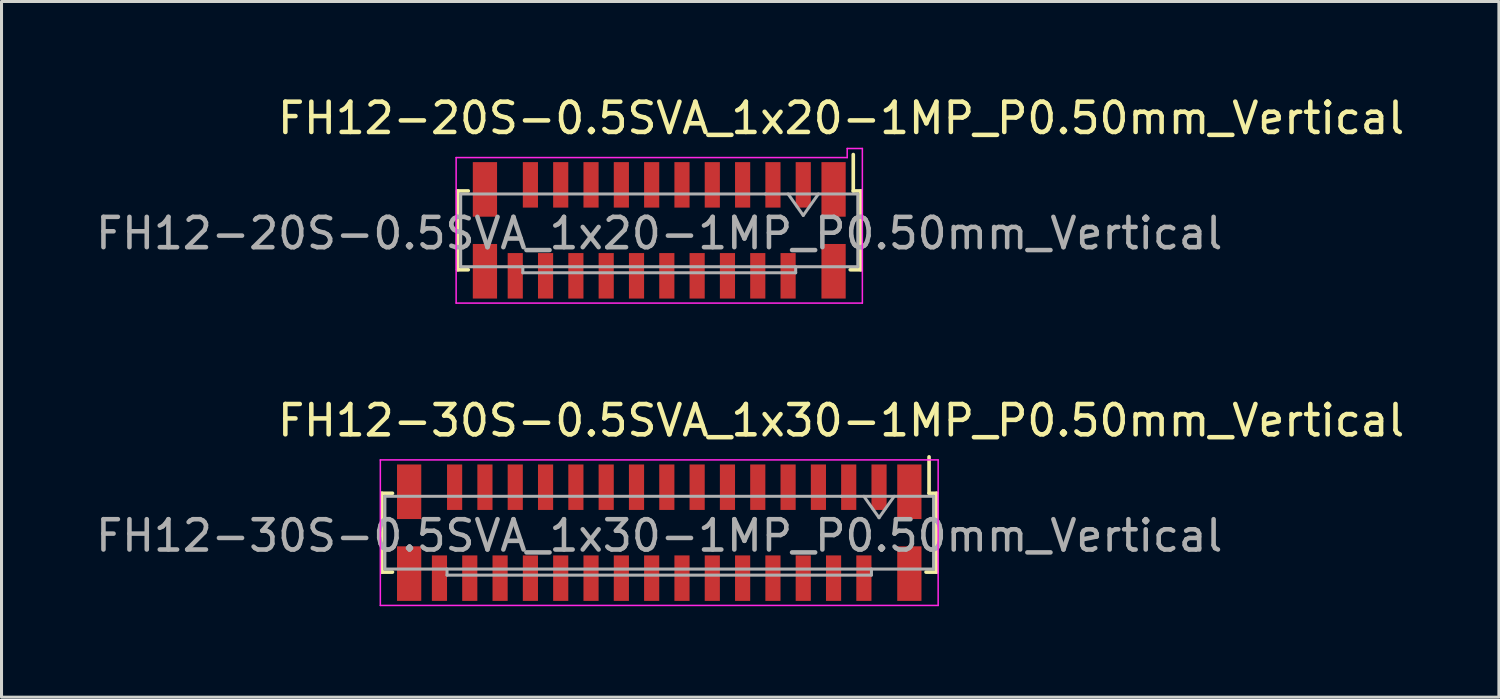
<source format=kicad_pcb>
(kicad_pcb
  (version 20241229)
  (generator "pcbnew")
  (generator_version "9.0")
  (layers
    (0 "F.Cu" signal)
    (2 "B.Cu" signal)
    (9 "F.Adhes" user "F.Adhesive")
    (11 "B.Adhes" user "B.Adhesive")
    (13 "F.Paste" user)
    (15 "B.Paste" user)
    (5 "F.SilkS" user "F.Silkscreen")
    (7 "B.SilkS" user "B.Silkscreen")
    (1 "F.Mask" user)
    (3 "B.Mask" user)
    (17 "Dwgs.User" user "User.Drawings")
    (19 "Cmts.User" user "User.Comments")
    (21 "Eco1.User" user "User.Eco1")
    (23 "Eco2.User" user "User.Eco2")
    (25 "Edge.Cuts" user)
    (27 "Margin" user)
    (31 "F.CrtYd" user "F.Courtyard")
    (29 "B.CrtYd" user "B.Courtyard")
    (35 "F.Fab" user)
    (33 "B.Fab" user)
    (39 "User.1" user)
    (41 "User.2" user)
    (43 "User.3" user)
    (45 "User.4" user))
  (footprint "FH12-30S-0.5SVA_1x30-1MP_P0.50mm_Vertical"
    (layer "F.Cu")
    (at 18.696 14.521)
    (property "Reference" "FH12-30S-0.5SVA_1x30-1MP_P0.50mm_Vertical" (at 6 -3.7 0) (layer "F.SilkS") (effects (font (size 1 1) (thickness 0.15))))
    (attr smd)
    (fp_line (start -9.15 -1.3) (end -9.15 1.3) (stroke (width 0.12) (type solid)) (layer "F.SilkS"))
    (fp_line (start -8.8 -1.3) (end -9.15 -1.3) (stroke (width 0.12) (type solid)) (layer "F.SilkS"))
    (fp_line (start -8.8 1.3) (end -9.15 1.3) (stroke (width 0.12) (type solid)) (layer "F.SilkS"))
    (fp_line (start 8.8 1.3) (end 9.15 1.3) (stroke (width 0.12) (type solid)) (layer "F.SilkS"))
    (fp_line (start 8.9 -1.3) (end 8.9 -2.5) (stroke (width 0.12) (type solid)) (layer "F.SilkS"))
    (fp_line (start 8.9 -1.3) (end 9.15 -1.3) (stroke (width 0.12) (type solid)) (layer "F.SilkS"))
    (fp_line (start 9.15 -1.3) (end 9.15 0.04) (stroke (width 0.12) (type solid)) (layer "F.SilkS"))
    (fp_line (start 9.15 1.3) (end 9.15 -0.04) (stroke (width 0.12) (type solid)) (layer "F.SilkS"))
    (fp_line (start -9.2 -2.4) (end -9.2 2.4) (stroke (width 0.05) (type solid)) (layer "F.CrtYd"))
    (fp_line (start 9.2 -2.4) (end -9.2 -2.4) (stroke (width 0.05) (type solid)) (layer "F.CrtYd"))
    (fp_line (start 9.2 2.4) (end -9.2 2.4) (stroke (width 0.05) (type solid)) (layer "F.CrtYd"))
    (fp_line (start 9.2 2.4) (end 9.2 -2.4) (stroke (width 0.05) (type solid)) (layer "F.CrtYd"))
    (fp_line (start -9.05 -1.2) (end -9.05 1.2) (stroke (width 0.1) (type solid)) (layer "F.Fab"))
    (fp_line (start -7 1.2) (end -7 1.4) (stroke (width 0.1) (type solid)) (layer "F.Fab"))
    (fp_line (start -7 1.4) (end 7 1.4) (stroke (width 0.1) (type solid)) (layer "F.Fab"))
    (fp_line (start 6 -1.2) (end -9.05 -1.2) (stroke (width 0.1) (type solid)) (layer "F.Fab"))
    (fp_line (start 6 -1.2) (end 9.05 -1.2) (stroke (width 0.1) (type solid)) (layer "F.Fab"))
    (fp_line (start 6.75 -1.2) (end 7.25 -0.493) (stroke (width 0.1) (type solid)) (layer "F.Fab"))
    (fp_line (start 7 1.2) (end 7 1.4) (stroke (width 0.1) (type solid)) (layer "F.Fab"))
    (fp_line (start 7.25 -0.493) (end 7.75 -1.2) (stroke (width 0.1) (type solid)) (layer "F.Fab"))
    (fp_line (start 9.05 -1.2) (end 9.05 1.2) (stroke (width 0.1) (type solid)) (layer "F.Fab"))
    (fp_line (start 9.05 1.2) (end -9.05 1.2) (stroke (width 0.1) (type solid)) (layer "F.Fab"))
    (fp_text user "${REFERENCE}" (at 0 0.1 0) (layer "F.Fab") (effects (font (size 1 1) (thickness 0.15))))
    (pad "1" smd rect (at 7.25 -1.5) (size 0.5 1.5) (layers "F.Cu" "F.Mask" "F.Paste"))
    (pad "2" smd rect (at 6.75 1.5) (size 0.5 1.5) (layers "F.Cu" "F.Mask" "F.Paste"))
    (pad "3" smd rect (at 6.25 -1.5) (size 0.5 1.5) (layers "F.Cu" "F.Mask" "F.Paste"))
    (pad "4" smd rect (at 5.75 1.5) (size 0.5 1.5) (layers "F.Cu" "F.Mask" "F.Paste"))
    (pad "5" smd rect (at 5.25 -1.5) (size 0.5 1.5) (layers "F.Cu" "F.Mask" "F.Paste"))
    (pad "6" smd rect (at 4.75 1.5) (size 0.5 1.5) (layers "F.Cu" "F.Mask" "F.Paste"))
    (pad "7" smd rect (at 4.25 -1.5) (size 0.5 1.5) (layers "F.Cu" "F.Mask" "F.Paste"))
    (pad "8" smd rect (at 3.75 1.5) (size 0.5 1.5) (layers "F.Cu" "F.Mask" "F.Paste"))
    (pad "9" smd rect (at 3.25 -1.5) (size 0.5 1.5) (layers "F.Cu" "F.Mask" "F.Paste"))
    (pad "10" smd rect (at 2.75 1.5) (size 0.5 1.5) (layers "F.Cu" "F.Mask" "F.Paste"))
    (pad "11" smd rect (at 2.25 -1.5) (size 0.5 1.5) (layers "F.Cu" "F.Mask" "F.Paste"))
    (pad "12" smd rect (at 1.75 1.5) (size 0.5 1.5) (layers "F.Cu" "F.Mask" "F.Paste"))
    (pad "13" smd rect (at 1.25 -1.5) (size 0.5 1.5) (layers "F.Cu" "F.Mask" "F.Paste"))
    (pad "14" smd rect (at 0.75 1.5) (size 0.5 1.5) (layers "F.Cu" "F.Mask" "F.Paste"))
    (pad "15" smd rect (at 0.25 -1.5) (size 0.5 1.5) (layers "F.Cu" "F.Mask" "F.Paste"))
    (pad "16" smd rect (at -0.25 1.5) (size 0.5 1.5) (layers "F.Cu" "F.Mask" "F.Paste"))
    (pad "17" smd rect (at -0.75 -1.5) (size 0.5 1.5) (layers "F.Cu" "F.Mask" "F.Paste"))
    (pad "18" smd rect (at -1.25 1.5) (size 0.5 1.5) (layers "F.Cu" "F.Mask" "F.Paste"))
    (pad "19" smd rect (at -1.75 -1.5) (size 0.5 1.5) (layers "F.Cu" "F.Mask" "F.Paste"))
    (pad "20" smd rect (at -2.25 1.5) (size 0.5 1.5) (layers "F.Cu" "F.Mask" "F.Paste"))
    (pad "21" smd rect (at -2.75 -1.5) (size 0.5 1.5) (layers "F.Cu" "F.Mask" "F.Paste"))
    (pad "22" smd rect (at -3.25 1.5) (size 0.5 1.5) (layers "F.Cu" "F.Mask" "F.Paste"))
    (pad "23" smd rect (at -3.75 -1.5) (size 0.5 1.5) (layers "F.Cu" "F.Mask" "F.Paste"))
    (pad "24" smd rect (at -4.25 1.5) (size 0.5 1.5) (layers "F.Cu" "F.Mask" "F.Paste"))
    (pad "25" smd rect (at -4.75 -1.5) (size 0.5 1.5) (layers "F.Cu" "F.Mask" "F.Paste"))
    (pad "26" smd rect (at -5.25 1.5) (size 0.5 1.5) (layers "F.Cu" "F.Mask" "F.Paste"))
    (pad "27" smd rect (at -5.75 -1.5) (size 0.5 1.5) (layers "F.Cu" "F.Mask" "F.Paste"))
    (pad "28" smd rect (at -6.25 1.5) (size 0.5 1.5) (layers "F.Cu" "F.Mask" "F.Paste"))
    (pad "29" smd rect (at -6.75 -1.5) (size 0.5 1.5) (layers "F.Cu" "F.Mask" "F.Paste"))
    (pad "30" smd rect (at -7.25 1.5) (size 0.5 1.5) (layers "F.Cu" "F.Mask" "F.Paste"))
    (pad "MP" smd rect (at -8.25 -1.35) (size 0.8 1.8) (layers "F.Cu" "F.Mask" "F.Paste"))
    (pad "MP" smd rect (at -8.25 1.35) (size 0.8 1.8) (layers "F.Cu" "F.Mask" "F.Paste"))
    (pad "MP" smd rect (at 8.25 -1.35 180) (size 0.8 1.8) (layers "F.Cu" "F.Mask" "F.Paste"))
    (pad "MP" smd rect (at 8.25 1.35 180) (size 0.8 1.8) (layers "F.Cu" "F.Mask" "F.Paste")))
  (footprint "FH12-20S-0.5SVA_1x20-1MP_P0.50mm_Vertical"
    (layer "F.Cu")
    (at 18.696 4.548)
    (property "Reference" "FH12-20S-0.5SVA_1x20-1MP_P0.50mm_Vertical" (at 6 -3.7 0) (layer "F.SilkS") (effects (font (size 1 1) (thickness 0.15))))
    (attr smd)
    (fp_line (start -6.65 -1.3) (end -6.65 1.3) (stroke (width 0.12) (type solid)) (layer "F.SilkS"))
    (fp_line (start -6.3 -1.3) (end -6.65 -1.3) (stroke (width 0.12) (type solid)) (layer "F.SilkS"))
    (fp_line (start -6.3 1.3) (end -6.65 1.3) (stroke (width 0.12) (type solid)) (layer "F.SilkS"))
    (fp_line (start 6.3 1.3) (end 6.65 1.3) (stroke (width 0.12) (type solid)) (layer "F.SilkS"))
    (fp_line (start 6.4 -1.3) (end 6.4 -2.5) (stroke (width 0.12) (type solid)) (layer "F.SilkS"))
    (fp_line (start 6.4 -1.3) (end 6.65 -1.3) (stroke (width 0.12) (type solid)) (layer "F.SilkS"))
    (fp_line (start 6.65 -1.3) (end 6.65 0.04) (stroke (width 0.12) (type solid)) (layer "F.SilkS"))
    (fp_line (start 6.65 1.3) (end 6.65 -0.04) (stroke (width 0.12) (type solid)) (layer "F.SilkS"))
    (fp_line (start -6.7 -2.4) (end -6.7 2.4) (stroke (width 0.05) (type solid)) (layer "F.CrtYd"))
    (fp_line (start 6.2 -2.4) (end -6.7 -2.4) (stroke (width 0.05) (type solid)) (layer "F.CrtYd"))
    (fp_line (start 6.2 -2.4) (end 6.2 -2.7) (stroke (width 0.05) (type solid)) (layer "F.CrtYd"))
    (fp_line (start 6.7 -2.7) (end 6.2 -2.7) (stroke (width 0.05) (type solid)) (layer "F.CrtYd"))
    (fp_line (start 6.7 2.4) (end -6.7 2.4) (stroke (width 0.05) (type solid)) (layer "F.CrtYd"))
    (fp_line (start 6.7 2.4) (end 6.7 -2.7) (stroke (width 0.05) (type solid)) (layer "F.CrtYd"))
    (fp_line (start -6.55 -1.2) (end -6.55 1.2) (stroke (width 0.1) (type solid)) (layer "F.Fab"))
    (fp_line (start -4.5 1.2) (end -4.5 1.4) (stroke (width 0.1) (type solid)) (layer "F.Fab"))
    (fp_line (start -4.5 1.4) (end 4.5 1.4) (stroke (width 0.1) (type solid)) (layer "F.Fab"))
    (fp_line (start 3.5 -1.2) (end -6.55 -1.2) (stroke (width 0.1) (type solid)) (layer "F.Fab"))
    (fp_line (start 3.5 -1.2) (end 6.55 -1.2) (stroke (width 0.1) (type solid)) (layer "F.Fab"))
    (fp_line (start 4.25 -1.2) (end 4.75 -0.493) (stroke (width 0.1) (type solid)) (layer "F.Fab"))
    (fp_line (start 4.5 1.2) (end 4.5 1.4) (stroke (width 0.1) (type solid)) (layer "F.Fab"))
    (fp_line (start 4.75 -0.493) (end 5.25 -1.2) (stroke (width 0.1) (type solid)) (layer "F.Fab"))
    (fp_line (start 6.55 -1.2) (end 6.55 1.2) (stroke (width 0.1) (type solid)) (layer "F.Fab"))
    (fp_line (start 6.55 1.2) (end -6.55 1.2) (stroke (width 0.1) (type solid)) (layer "F.Fab"))
    (fp_text user "${REFERENCE}" (at 0 0.1 0) (layer "F.Fab") (effects (font (size 1 1) (thickness 0.15))))
    (pad "1" smd rect (at 4.75 -1.5) (size 0.5 1.5) (layers "F.Cu" "F.Mask" "F.Paste"))
    (pad "2" smd rect (at 4.25 1.5) (size 0.5 1.5) (layers "F.Cu" "F.Mask" "F.Paste"))
    (pad "3" smd rect (at 3.75 -1.5) (size 0.5 1.5) (layers "F.Cu" "F.Mask" "F.Paste"))
    (pad "4" smd rect (at 3.25 1.5) (size 0.5 1.5) (layers "F.Cu" "F.Mask" "F.Paste"))
    (pad "5" smd rect (at 2.75 -1.5) (size 0.5 1.5) (layers "F.Cu" "F.Mask" "F.Paste"))
    (pad "6" smd rect (at 2.25 1.5) (size 0.5 1.5) (layers "F.Cu" "F.Mask" "F.Paste"))
    (pad "7" smd rect (at 1.75 -1.5) (size 0.5 1.5) (layers "F.Cu" "F.Mask" "F.Paste"))
    (pad "8" smd rect (at 1.25 1.5) (size 0.5 1.5) (layers "F.Cu" "F.Mask" "F.Paste"))
    (pad "9" smd rect (at 0.75 -1.5) (size 0.5 1.5) (layers "F.Cu" "F.Mask" "F.Paste"))
    (pad "10" smd rect (at 0.25 1.5) (size 0.5 1.5) (layers "F.Cu" "F.Mask" "F.Paste"))
    (pad "11" smd rect (at -0.25 -1.5) (size 0.5 1.5) (layers "F.Cu" "F.Mask" "F.Paste"))
    (pad "12" smd rect (at -0.75 1.5) (size 0.5 1.5) (layers "F.Cu" "F.Mask" "F.Paste"))
    (pad "13" smd rect (at -1.25 -1.5) (size 0.5 1.5) (layers "F.Cu" "F.Mask" "F.Paste"))
    (pad "14" smd rect (at -1.75 1.5) (size 0.5 1.5) (layers "F.Cu" "F.Mask" "F.Paste"))
    (pad "15" smd rect (at -2.25 -1.5) (size 0.5 1.5) (layers "F.Cu" "F.Mask" "F.Paste"))
    (pad "16" smd rect (at -2.75 1.5) (size 0.5 1.5) (layers "F.Cu" "F.Mask" "F.Paste"))
    (pad "17" smd rect (at -3.25 -1.5) (size 0.5 1.5) (layers "F.Cu" "F.Mask" "F.Paste"))
    (pad "18" smd rect (at -3.75 1.5) (size 0.5 1.5) (layers "F.Cu" "F.Mask" "F.Paste"))
    (pad "19" smd rect (at -4.25 -1.5) (size 0.5 1.5) (layers "F.Cu" "F.Mask" "F.Paste"))
    (pad "20" smd rect (at -4.75 1.5) (size 0.5 1.5) (layers "F.Cu" "F.Mask" "F.Paste"))
    (pad "MP" smd rect (at -5.75 -1.35) (size 0.8 1.8) (layers "F.Cu" "F.Mask" "F.Paste"))
    (pad "MP" smd rect (at -5.75 1.35) (size 0.8 1.8) (layers "F.Cu" "F.Mask" "F.Paste"))
    (pad "MP" smd rect (at 5.75 -1.35 180) (size 0.8 1.8) (layers "F.Cu" "F.Mask" "F.Paste"))
    (pad "MP" smd rect (at 5.75 1.35 180) (size 0.8 1.8) (layers "F.Cu" "F.Mask" "F.Paste")))
  (gr_rect
    (start -3 -3)
    (end 46.393 19.947)
    (stroke (width 0.1) (type default))
    (fill no)
    (layer "Edge.Cuts")))
</source>
